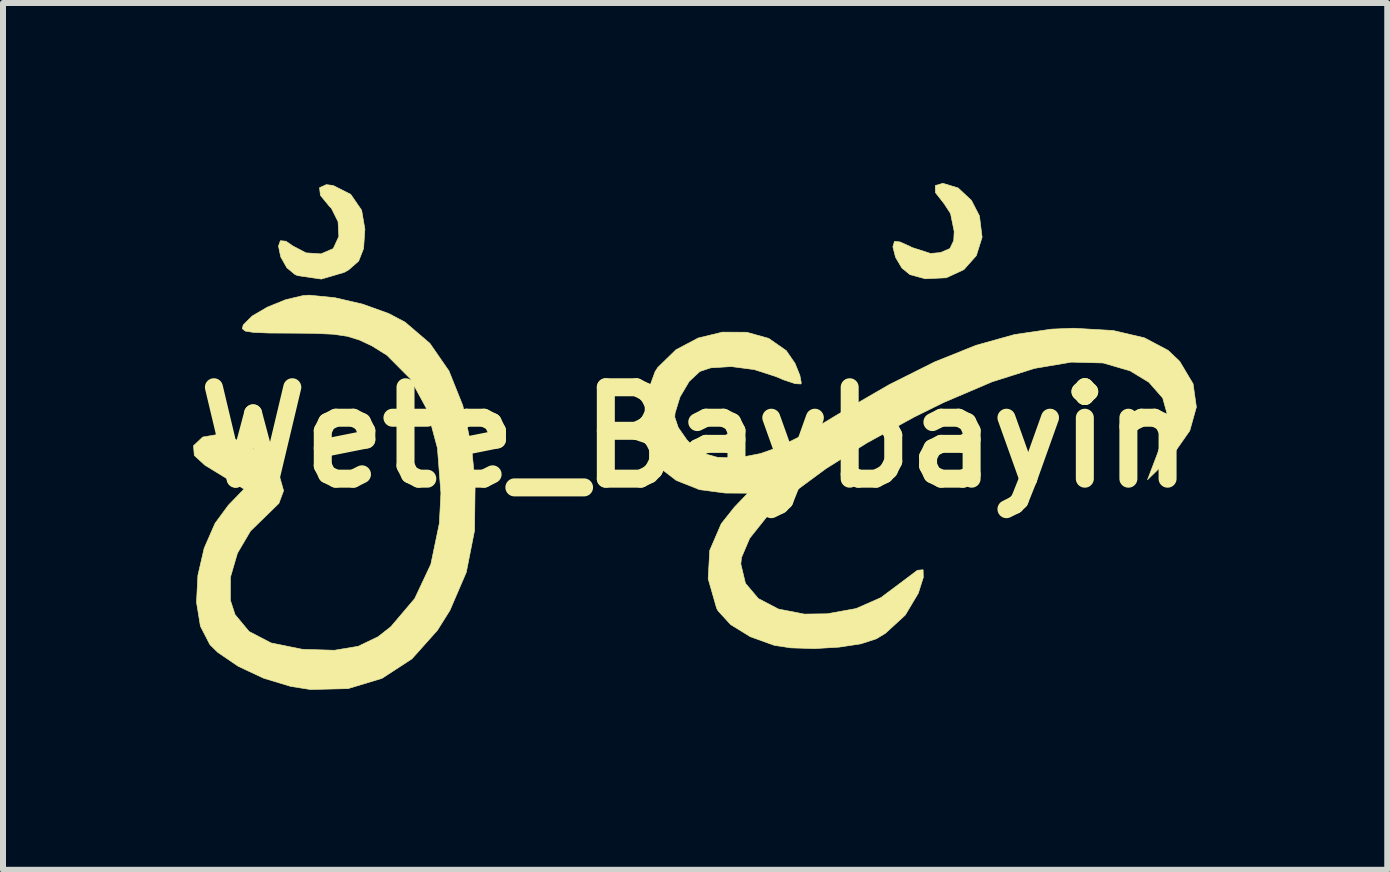
<source format=kicad_pcb>
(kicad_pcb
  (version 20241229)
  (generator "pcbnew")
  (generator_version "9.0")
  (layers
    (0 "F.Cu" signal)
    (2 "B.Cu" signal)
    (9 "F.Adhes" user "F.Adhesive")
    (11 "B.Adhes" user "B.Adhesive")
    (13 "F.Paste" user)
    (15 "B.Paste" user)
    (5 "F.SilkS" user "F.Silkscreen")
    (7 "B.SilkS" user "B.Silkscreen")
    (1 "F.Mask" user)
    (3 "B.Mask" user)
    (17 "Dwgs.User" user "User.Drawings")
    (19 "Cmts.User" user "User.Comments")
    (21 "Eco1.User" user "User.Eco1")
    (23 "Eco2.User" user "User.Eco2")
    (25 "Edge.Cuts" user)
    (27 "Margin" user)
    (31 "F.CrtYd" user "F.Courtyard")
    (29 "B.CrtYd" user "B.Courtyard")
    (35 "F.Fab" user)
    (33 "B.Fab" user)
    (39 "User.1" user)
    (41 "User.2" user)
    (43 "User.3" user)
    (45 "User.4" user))
  (footprint "Wete_Baybayin"
    (layer "F.Cu")
    (at 8.534 4.238)
    (property "Reference" "Wete_Baybayin" (at 0 0 0) (layer "F.SilkS") (effects (font (size 1.524 1.524) (thickness 0.3))))
    (attr through_hole)
    (fp_poly (pts (xy 4.383 -4.156) (xy 4.605 -3.949) (xy 4.739 -3.69) (xy 4.783 -3.334) (xy 4.687 -3.028) (xy 4.48 -2.795) (xy 4.187 -2.659) (xy 3.838 -2.642) (xy 3.58 -2.711) (xy 3.446 -2.822) (xy 3.341 -2.999) (xy 3.296 -3.175) (xy 3.323 -3.266) (xy 3.415 -3.256) (xy 3.588 -3.178) (xy 3.613 -3.164) (xy 3.924 -3.064) (xy 4.09 -3.079) (xy 4.247 -3.146) (xy 4.31 -3.279) (xy 4.318 -3.431) (xy 4.257 -3.73) (xy 4.149 -3.895) (xy 4.005 -4.079) (xy 4.003 -4.196) (xy 4.13 -4.233) (xy 4.383 -4.156)) (stroke (width 0.01) (type solid)) (fill yes) (layer "F.SilkS"))
    (fp_poly (pts (xy -6.032 -4.197) (xy -5.739 -4.049) (xy -5.557 -3.784) (xy -5.503 -3.469) (xy -5.525 -3.146) (xy -5.607 -2.937) (xy -5.773 -2.791) (xy -5.848 -2.749) (xy -6.23 -2.637) (xy -6.62 -2.694) (xy -6.665 -2.711) (xy -6.804 -2.826) (xy -6.906 -3.008) (xy -6.943 -3.187) (xy -6.911 -3.277) (xy -6.818 -3.268) (xy -6.704 -3.189) (xy -6.484 -3.074) (xy -6.235 -3.057) (xy -6.035 -3.143) (xy -6.028 -3.15) (xy -5.937 -3.347) (xy -5.95 -3.594) (xy -6.06 -3.815) (xy -6.096 -3.852) (xy -6.244 -4.032) (xy -6.259 -4.16) (xy -6.146 -4.211) (xy -6.032 -4.197)) (stroke (width 0.01) (type solid)) (fill yes) (layer "F.SilkS"))
    (fp_poly (pts (xy -6.005 -2.327) (xy -5.539 -2.219) (xy -5.108 -2.064) (xy -4.833 -1.919) (xy -4.42 -1.566) (xy -4.102 -1.106) (xy -3.871 -0.529) (xy -3.724 0.18) (xy -3.666 0.771) (xy -3.676 1.555) (xy -3.813 2.249) (xy -4.086 2.884) (xy -4.294 3.216) (xy -4.719 3.692) (xy -5.218 4.017) (xy -5.784 4.188) (xy -6.41 4.203) (xy -6.739 4.151) (xy -7.189 4.015) (xy -7.614 3.816) (xy -7.956 3.583) (xy -8.086 3.455) (xy -8.244 3.148) (xy -8.309 2.749) (xy -8.286 2.3) (xy -8.181 1.847) (xy -8 1.433) (xy -7.777 1.13) (xy -7.517 0.862) (xy -7.738 0.728) (xy -7.982 0.579) (xy -8.17 0.464) (xy -8.346 0.302) (xy -8.359 0.14) (xy -8.208 -0.002) (xy -8.203 -0.005) (xy -7.964 -0.046) (xy -7.674 0.027) (xy -7.377 0.186) (xy -7.113 0.403) (xy -6.926 0.649) (xy -6.858 0.89) (xy -6.936 1.1) (xy -7.106 1.266) (xy -7.409 1.561) (xy -7.627 1.931) (xy -7.744 2.331) (xy -7.745 2.715) (xy -7.667 2.954) (xy -7.433 3.236) (xy -7.066 3.427) (xy -6.559 3.53) (xy -6.514 3.534) (xy -6.011 3.549) (xy -5.616 3.483) (xy -5.284 3.324) (xy -5.069 3.155) (xy -4.673 2.688) (xy -4.404 2.116) (xy -4.262 1.434) (xy -4.236 0.931) (xy -4.294 0.179) (xy -4.465 -0.458) (xy -4.746 -0.976) (xy -5.136 -1.368) (xy -5.386 -1.524) (xy -5.593 -1.621) (xy -5.792 -1.683) (xy -6.03 -1.718) (xy -6.354 -1.733) (xy -6.699 -1.736) (xy -7.099 -1.738) (xy -7.355 -1.748) (xy -7.495 -1.77) (xy -7.545 -1.809) (xy -7.532 -1.869) (xy -7.528 -1.876) (xy -7.381 -2.022) (xy -7.127 -2.17) (xy -6.824 -2.293) (xy -6.533 -2.362) (xy -6.429 -2.369) (xy -6.005 -2.327)) (stroke (width 0.01) (type solid)) (fill yes) (layer "F.SilkS"))
    (fp_poly (pts (xy 6.967 -1.78) (xy 7.488 -1.658) (xy 7.883 -1.449) (xy 8.076 -1.266) (xy 8.299 -0.892) (xy 8.354 -0.504) (xy 8.244 -0.11) (xy 7.968 0.284) (xy 7.875 0.38) (xy 7.54 0.707) (xy 7.707 0.268) (xy 7.802 -0.015) (xy 7.862 -0.261) (xy 7.874 -0.363) (xy 7.793 -0.655) (xy 7.562 -0.918) (xy 7.249 -1.108) (xy 6.799 -1.239) (xy 6.271 -1.253) (xy 5.658 -1.149) (xy 4.952 -0.926) (xy 4.143 -0.581) (xy 3.657 -0.341) (xy 2.864 0.093) (xy 2.183 0.52) (xy 1.624 0.932) (xy 1.197 1.322) (xy 0.91 1.682) (xy 0.773 2.004) (xy 0.762 2.112) (xy 0.839 2.433) (xy 1.054 2.687) (xy 1.389 2.862) (xy 1.82 2.946) (xy 2.2 2.941) (xy 2.682 2.854) (xy 3.096 2.672) (xy 3.508 2.364) (xy 3.513 2.36) (xy 3.704 2.216) (xy 3.8 2.207) (xy 3.803 2.336) (xy 3.72 2.598) (xy 3.503 2.962) (xy 3.171 3.267) (xy 3.02 3.358) (xy 2.761 3.442) (xy 2.397 3.497) (xy 1.988 3.521) (xy 1.597 3.509) (xy 1.32 3.467) (xy 0.92 3.323) (xy 0.592 3.121) (xy 0.381 2.89) (xy 0.358 2.846) (xy 0.218 2.357) (xy 0.244 1.885) (xy 0.436 1.44) (xy 0.655 1.164) (xy 0.878 0.931) (xy 0.503 0.929) (xy 0.073 0.872) (xy -0.314 0.718) (xy -0.61 0.491) (xy -0.723 0.332) (xy -0.818 0.013) (xy -0.837 -0.377) (xy -0.785 -0.769) (xy -0.667 -1.094) (xy -0.621 -1.165) (xy -0.319 -1.459) (xy 0.052 -1.655) (xy 0.457 -1.753) (xy 0.86 -1.751) (xy 1.226 -1.649) (xy 1.519 -1.445) (xy 1.665 -1.233) (xy 1.746 -1.033) (xy 1.77 -0.904) (xy 1.763 -0.889) (xy 1.667 -0.894) (xy 1.473 -0.959) (xy 1.346 -1.013) (xy 0.986 -1.129) (xy 0.603 -1.179) (xy 0.261 -1.158) (xy 0.08 -1.098) (xy -0.099 -0.931) (xy -0.251 -0.674) (xy -0.334 -0.404) (xy -0.339 -0.336) (xy -0.281 -0.164) (xy -0.138 0.041) (xy -0.091 0.091) (xy 0.127 0.264) (xy 0.367 0.332) (xy 0.523 0.339) (xy 0.813 0.324) (xy 1.086 0.272) (xy 1.378 0.169) (xy 1.722 0.000456) (xy 2.154 -0.246) (xy 2.376 -0.38) (xy 3.232 -0.876) (xy 3.993 -1.257) (xy 4.683 -1.534) (xy 5.325 -1.713) (xy 5.94 -1.803) (xy 6.308 -1.818) (xy 6.967 -1.78)) (stroke (width 0.01) (type solid)) (fill yes) (layer "F.SilkS")))
  (gr_rect
    (start -3 -3)
    (end 20.069 11.446)
    (stroke (width 0.1) (type default))
    (fill no)
    (layer "Edge.Cuts")))
</source>
